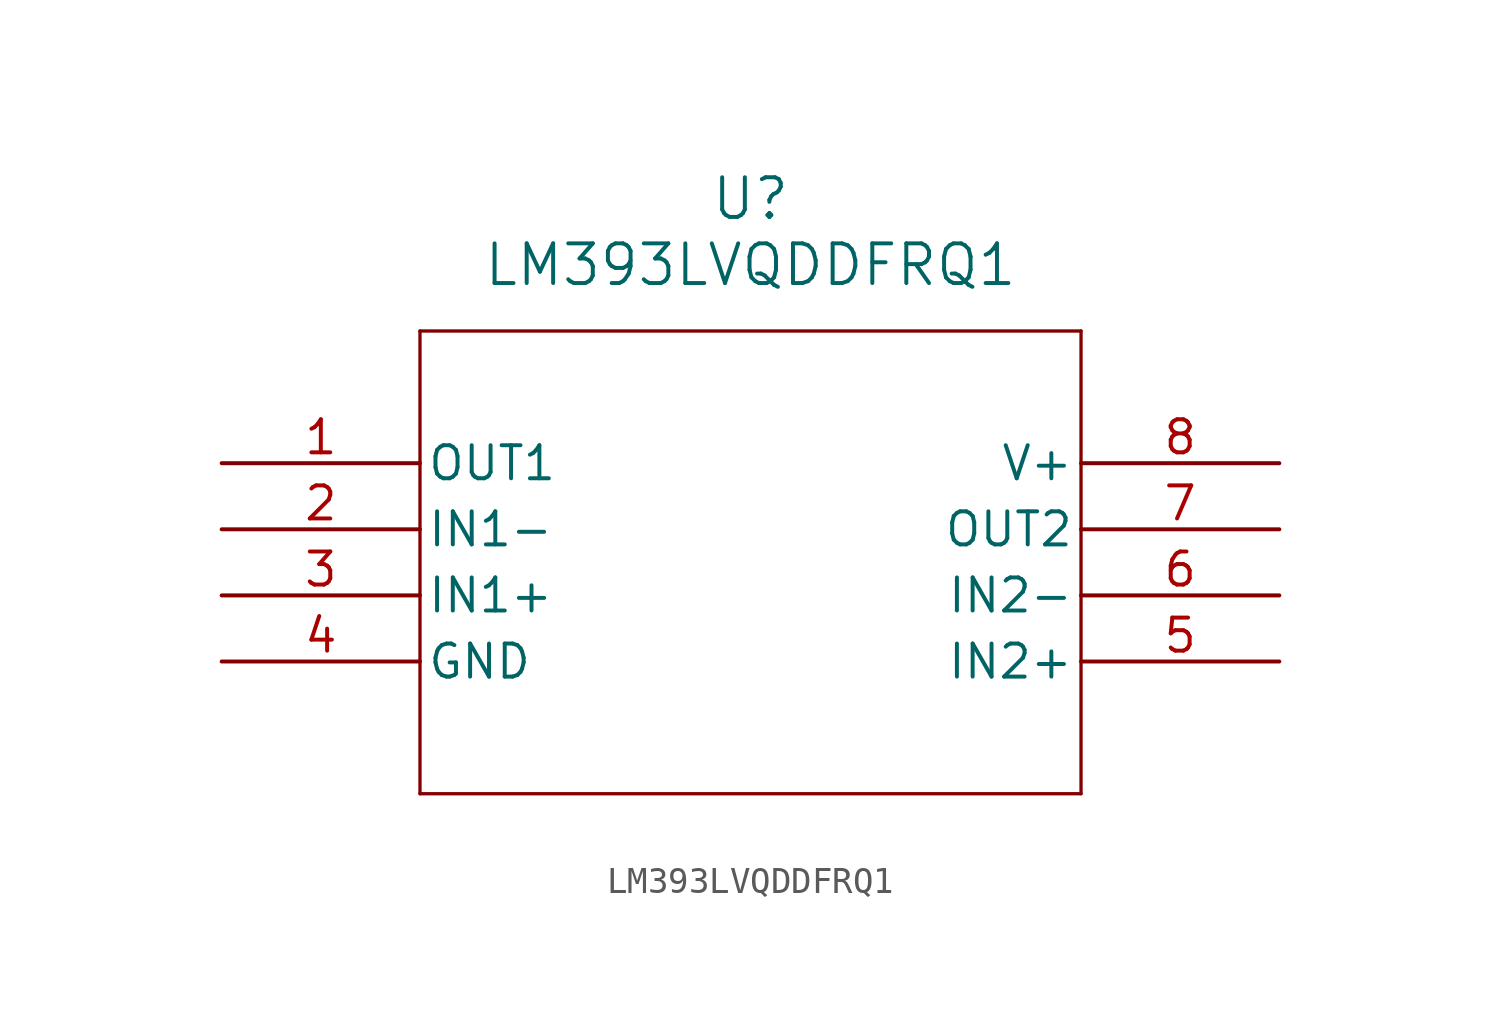
<source format=kicad_sym>
(kicad_symbol_lib
  (version 20211014)
  (generator kicad_symbol_editor)
  (symbol "LM393LVQDDFRQ1"
    (pin_names
      (offset 0.254))
    (property "Reference" "U"
      (at 20.32 10.16 0)
      (effects (font (size 1.524 1.524))))
    (property "Value" "LM393LVQDDFRQ1"
      (at 20.32 7.62 0)
      (effects (font (size 1.524 1.524))))
    (symbol "LM393LVQDDFRQ1_0_1"
      (polyline (pts (xy 7.62 5.08) (xy 7.62 -12.7)) (stroke (width 0.127) (type default) (color 0 0 0 0)) (fill (type none)))
      (polyline (pts (xy 7.62 -12.7) (xy 33.02 -12.7)) (stroke (width 0.127) (type default) (color 0 0 0 0)) (fill (type none)))
      (polyline (pts (xy 33.02 -12.7) (xy 33.02 5.08)) (stroke (width 0.127) (type default) (color 0 0 0 0)) (fill (type none)))
      (polyline (pts (xy 33.02 5.08) (xy 7.62 5.08)) (stroke (width 0.127) (type default) (color 0 0 0 0)) (fill (type none)))
      (pin output line (at 0 0 0) (length 7.62) (name "OUT1" (effects (font (size 1.27 1.27)))) (number "1" (effects (font (size 1.27 1.27)))))
      (pin input line (at 0 -2.54 0) (length 7.62) (name "IN1-" (effects (font (size 1.27 1.27)))) (number "2" (effects (font (size 1.27 1.27)))))
      (pin input line (at 0 -5.08 0) (length 7.62) (name "IN1+" (effects (font (size 1.27 1.27)))) (number "3" (effects (font (size 1.27 1.27)))))
      (pin power_out line (at 0 -7.62 0) (length 7.62) (name "GND" (effects (font (size 1.27 1.27)))) (number "4" (effects (font (size 1.27 1.27)))))
      (pin input line (at 40.64 -7.62 180) (length 7.62) (name "IN2+" (effects (font (size 1.27 1.27)))) (number "5" (effects (font (size 1.27 1.27)))))
      (pin input line (at 40.64 -5.08 180) (length 7.62) (name "IN2-" (effects (font (size 1.27 1.27)))) (number "6" (effects (font (size 1.27 1.27)))))
      (pin output line (at 40.64 -2.54 180) (length 7.62) (name "OUT2" (effects (font (size 1.27 1.27)))) (number "7" (effects (font (size 1.27 1.27)))))
      (pin power_in line (at 40.64 0 180) (length 7.62) (name "V+" (effects (font (size 1.27 1.27)))) (number "8" (effects (font (size 1.27 1.27))))))))
</source>
